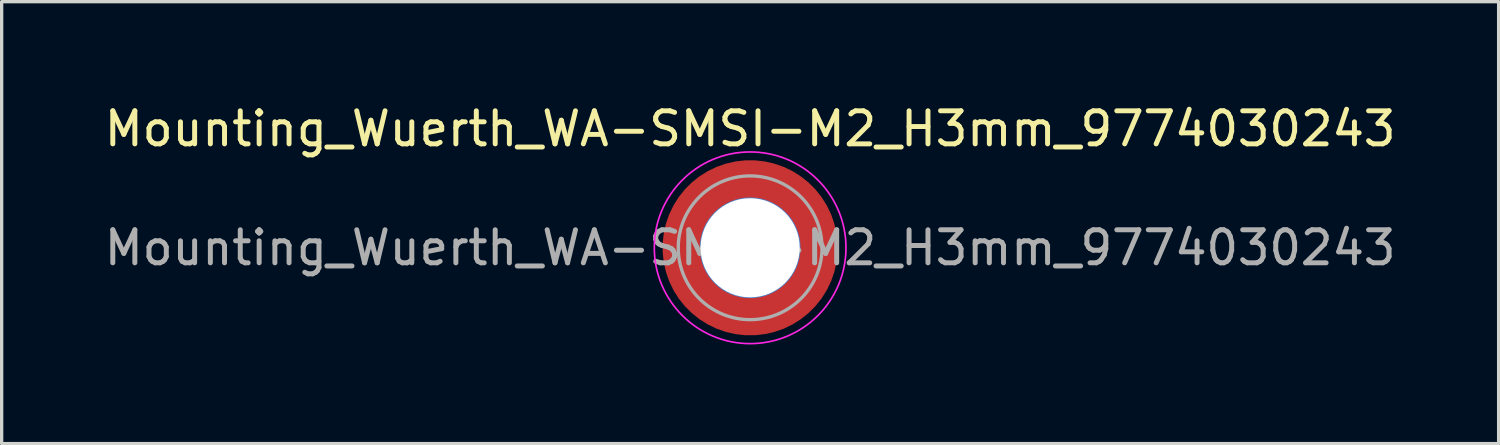
<source format=kicad_pcb>
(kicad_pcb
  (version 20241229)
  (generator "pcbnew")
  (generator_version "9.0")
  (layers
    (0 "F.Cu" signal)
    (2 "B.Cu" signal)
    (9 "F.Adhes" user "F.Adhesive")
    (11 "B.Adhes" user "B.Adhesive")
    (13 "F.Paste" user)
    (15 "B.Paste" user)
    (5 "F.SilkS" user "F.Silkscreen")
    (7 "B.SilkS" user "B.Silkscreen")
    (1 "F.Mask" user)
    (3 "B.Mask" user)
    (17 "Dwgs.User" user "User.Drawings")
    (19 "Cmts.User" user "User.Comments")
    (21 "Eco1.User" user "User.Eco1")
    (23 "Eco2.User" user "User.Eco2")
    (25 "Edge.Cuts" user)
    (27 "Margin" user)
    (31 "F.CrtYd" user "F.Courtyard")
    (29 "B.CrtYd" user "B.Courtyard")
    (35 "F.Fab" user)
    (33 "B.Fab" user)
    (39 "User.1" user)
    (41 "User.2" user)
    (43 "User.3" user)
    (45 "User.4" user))
  (footprint "Mounting_Wuerth_WA-SMSI-M2_H3mm_9774030243"
    (layer "F.Cu")
    (at 19.649 4.448)
    (property "Reference" "Mounting_Wuerth_WA-SMSI-M2_H3mm_9774030243" (at 0 -3.6 0) (layer "F.SilkS") (effects (font (size 1 1) (thickness 0.15))))
    (attr smd)
    (fp_circle (center 0 0) (end 2.9 0) (stroke (width 0.05) (type solid)) (fill no) (layer "F.CrtYd"))
    (fp_circle (center 0 0) (end 2.175 0) (stroke (width 0.1) (type solid)) (fill no) (layer "F.Fab"))
    (fp_text user "${REFERENCE}" (at 0 0 0) (layer "F.Fab") (effects (font (size 1 1) (thickness 0.15))))
    (pad "" smd custom (at -1.453 -1.453) (size 0.61 0.61) (layers "F.Paste") (options (anchor circle)) (primitives (gr_arc (start -0.147677 1.053104) (mid 0.285964 0.286792) (end 1.051968 -0.147393) (width 0.2)) (gr_arc (start -0.240295 1.053104) (mid 0.22253 0.222946) (end 1.052531 -0.24016) (width 0.2)) (gr_arc (start -0.332645 1.053104) (mid 0.158548 0.15965) (end 1.051583 -0.332304) (width 0.2)) (gr_arc (start -0.424767 1.053104) (mid 0.09486 0.096059) (end 1.051446 -0.424413) (width 0.2)) (gr_arc (start -0.516693 1.053104) (mid 0.031293 0.032346) (end 1.051645 -0.516396) (width 0.2)) (gr_arc (start -0.608448 1.053104) (mid -0.032323 -0.031316) (end 1.051707 -0.608176) (width 0.2)) (gr_arc (start -0.700056 1.053104) (mid -0.09616 -0.094758) (end 1.051155 -0.699693) (width 0.2)) (gr_arc (start -0.791534 1.053104) (mid -0.160388 -0.15781) (end 1.049515 -0.790891) (width 0.2)) (gr_arc (start -0.882896 1.053104) (mid -0.223713 -0.221764) (end 1.050388 -0.882429) (width 0.2)) (gr_arc (start -0.974157 1.053104) (mid -0.287654 -0.285101) (end 1.049541 -0.973567) (width 0.2)) (gr_line (start 1.053 -0.148) (end 1.053 -0.974) (width 0.2)) (gr_line (start -0.148 1.053) (end -0.974 1.053) (width 0.2))))
    (pad "" smd custom (at -1.453 1.453) (size 0.61 0.61) (layers "F.Paste") (options (anchor circle)) (primitives (gr_arc (start 1.053104 0.147677) (mid 0.286792 -0.285964) (end -0.147393 -1.051968) (width 0.2)) (gr_arc (start 1.053104 0.240295) (mid 0.222946 -0.22253) (end -0.24016 -1.052531) (width 0.2)) (gr_arc (start 1.053104 0.332645) (mid 0.15965 -0.158548) (end -0.332304 -1.051583) (width 0.2)) (gr_arc (start 1.053104 0.424767) (mid 0.096059 -0.09486) (end -0.424413 -1.051446) (width 0.2)) (gr_arc (start 1.053104 0.516693) (mid 0.032346 -0.031293) (end -0.516396 -1.051645) (width 0.2)) (gr_arc (start 1.053104 0.608448) (mid -0.031316 0.032323) (end -0.608176 -1.051707) (width 0.2)) (gr_arc (start 1.053104 0.700056) (mid -0.094758 0.09616) (end -0.699693 -1.051155) (width 0.2)) (gr_arc (start 1.053104 0.791534) (mid -0.15781 0.160388) (end -0.790891 -1.049515) (width 0.2)) (gr_arc (start 1.053104 0.882896) (mid -0.221764 0.223713) (end -0.882429 -1.050388) (width 0.2)) (gr_arc (start 1.053104 0.974157) (mid -0.285101 0.287654) (end -0.973567 -1.049541) (width 0.2)) (gr_line (start -0.148 -1.053) (end -0.974 -1.053) (width 0.2)) (gr_line (start 1.053 0.148) (end 1.053 0.974) (width 0.2))))
    (pad "" smd custom (at 1.453 -1.453) (size 0.61 0.61) (layers "F.Paste") (options (anchor circle)) (primitives (gr_arc (start -1.053104 -0.147677) (mid -0.286792 0.285964) (end 0.147393 1.051968) (width 0.2)) (gr_arc (start -1.053104 -0.240295) (mid -0.222946 0.22253) (end 0.24016 1.052531) (width 0.2)) (gr_arc (start -1.053104 -0.332645) (mid -0.15965 0.158548) (end 0.332304 1.051583) (width 0.2)) (gr_arc (start -1.053104 -0.424767) (mid -0.096059 0.09486) (end 0.424413 1.051446) (width 0.2)) (gr_arc (start -1.053104 -0.516693) (mid -0.032346 0.031293) (end 0.516396 1.051645) (width 0.2)) (gr_arc (start -1.053104 -0.608448) (mid 0.031316 -0.032323) (end 0.608176 1.051707) (width 0.2)) (gr_arc (start -1.053104 -0.700056) (mid 0.094758 -0.09616) (end 0.699693 1.051155) (width 0.2)) (gr_arc (start -1.053104 -0.791534) (mid 0.15781 -0.160388) (end 0.790891 1.049515) (width 0.2)) (gr_arc (start -1.053104 -0.882896) (mid 0.221764 -0.223713) (end 0.882429 1.050388) (width 0.2)) (gr_arc (start -1.053104 -0.974157) (mid 0.285101 -0.287654) (end 0.973567 1.049541) (width 0.2)) (gr_line (start 0.148 1.053) (end 0.974 1.053) (width 0.2)) (gr_line (start -1.053 -0.148) (end -1.053 -0.974) (width 0.2))))
    (pad "" smd custom (at 1.453 1.453) (size 0.61 0.61) (layers "F.Paste") (options (anchor circle)) (primitives (gr_arc (start 0.147677 -1.053104) (mid -0.285964 -0.286792) (end -1.051968 0.147393) (width 0.2)) (gr_arc (start 0.240295 -1.053104) (mid -0.22253 -0.222946) (end -1.052531 0.24016) (width 0.2)) (gr_arc (start 0.332645 -1.053104) (mid -0.158548 -0.15965) (end -1.051583 0.332304) (width 0.2)) (gr_arc (start 0.424767 -1.053104) (mid -0.09486 -0.096059) (end -1.051446 0.424413) (width 0.2)) (gr_arc (start 0.516693 -1.053104) (mid -0.031293 -0.032346) (end -1.051645 0.516396) (width 0.2)) (gr_arc (start 0.608448 -1.053104) (mid 0.032323 0.031316) (end -1.051707 0.608176) (width 0.2)) (gr_arc (start 0.700056 -1.053104) (mid 0.09616 0.094758) (end -1.051155 0.699693) (width 0.2)) (gr_arc (start 0.791534 -1.053104) (mid 0.160388 0.15781) (end -1.049515 0.790891) (width 0.2)) (gr_arc (start 0.882896 -1.053104) (mid 0.223713 0.221764) (end -1.050388 0.882429) (width 0.2)) (gr_arc (start 0.974157 -1.053104) (mid 0.287654 0.285101) (end -1.049541 0.973567) (width 0.2)) (gr_line (start -1.053 0.148) (end -1.053 0.974) (width 0.2)) (gr_line (start 0.148 -1.053) (end 0.974 -1.053) (width 0.2))))
    (pad "1" smd circle (at -2.075 0) (size 0.75 0.75) (layers "F.Cu"))
    (pad "1" smd circle (at 0 -2.075) (size 0.75 0.75) (layers "F.Cu"))
    (pad "1" thru_hole circle (at 0 0) (size 3.05 3.05) (drill 3) (layers "*.Cu" "*.Mask"))
    (pad "1" smd circle (at 0 2.075) (size 0.75 0.75) (layers "F.Cu"))
    (pad "1" smd custom (at 2.075 0) (size 0.75 0.75) (layers "F.Cu" "F.Mask") (options (anchor circle)) (primitives (gr_circle (center -2.075 0) (end 0 0) (width 1.15) (fill no)))))
  (gr_rect
    (start -3 -3)
    (end 42.298 10.373)
    (stroke (width 0.1) (type default))
    (fill no)
    (layer "Edge.Cuts")))
</source>
